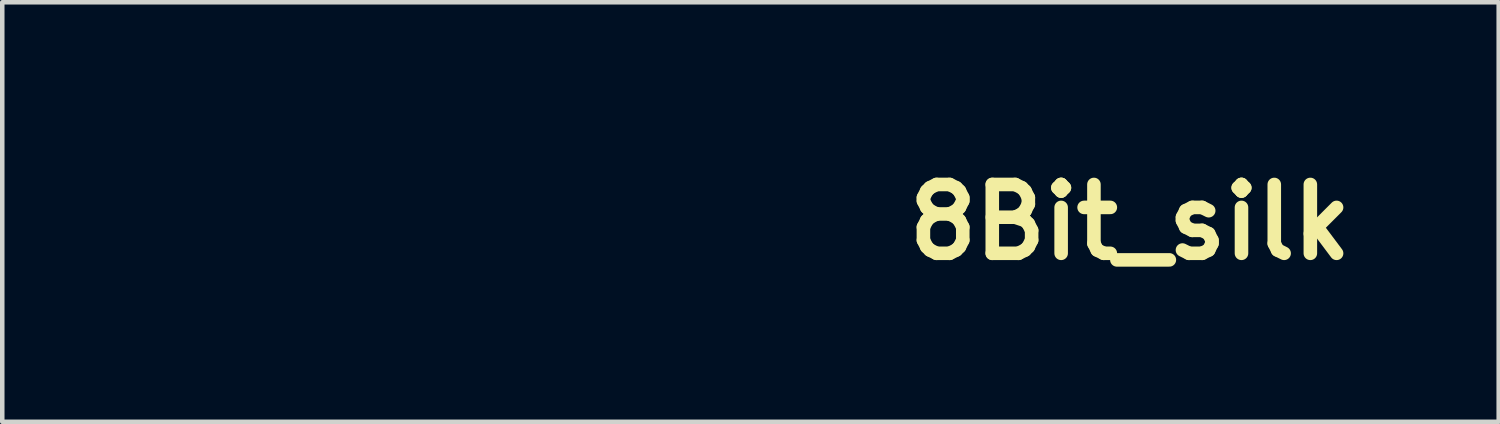
<source format=kicad_pcb>
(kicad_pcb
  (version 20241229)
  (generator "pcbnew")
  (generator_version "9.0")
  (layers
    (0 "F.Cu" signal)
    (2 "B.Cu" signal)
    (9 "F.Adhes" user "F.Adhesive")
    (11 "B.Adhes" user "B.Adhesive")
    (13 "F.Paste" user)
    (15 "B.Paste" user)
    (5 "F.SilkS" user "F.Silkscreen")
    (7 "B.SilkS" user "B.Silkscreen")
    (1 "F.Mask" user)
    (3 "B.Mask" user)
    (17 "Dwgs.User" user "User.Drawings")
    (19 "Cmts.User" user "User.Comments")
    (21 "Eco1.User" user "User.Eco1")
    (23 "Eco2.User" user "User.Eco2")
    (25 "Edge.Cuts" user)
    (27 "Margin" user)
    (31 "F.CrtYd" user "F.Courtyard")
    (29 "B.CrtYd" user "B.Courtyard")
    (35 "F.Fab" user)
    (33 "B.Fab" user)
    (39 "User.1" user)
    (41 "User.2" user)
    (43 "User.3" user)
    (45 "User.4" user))
  (footprint "8Bit_silk"
    (layer "F.Cu")
    (at 21.959 1.867)
    (property "Reference" "8Bit_silk" (at 0 0 0) (layer "F.SilkS") (effects (font (size 1.524 1.524) (thickness 0.3))))
    (attr through_hole)
    (fp_poly (pts (xy -20.304 -1.846) (xy -20.095 -1.776) (xy -19.883 -1.62) (xy -19.827 -1.57) (xy -19.514 -1.194) (xy -19.35 -0.786) (xy -19.331 -0.374) (xy -19.454 0.013) (xy -19.714 0.349) (xy -20.102 0.601) (xy -20.546 0.739) (xy -20.955 0.723) (xy -21.234 0.621) (xy -21.595 0.356) (xy -21.842 -0.005) (xy -21.954 -0.425) (xy -21.948 -0.519) (xy -21.841 -0.519) (xy -21.78 -0.148) (xy -21.591 0.191) (xy -21.358 0.407) (xy -21.004 0.604) (xy -20.67 0.655) (xy -20.302 0.566) (xy -20.186 0.517) (xy -19.788 0.261) (xy -19.535 -0.064) (xy -19.428 -0.435) (xy -19.471 -0.827) (xy -19.667 -1.217) (xy -19.938 -1.512) (xy -20.191 -1.695) (xy -20.441 -1.77) (xy -20.598 -1.778) (xy -21.018 -1.707) (xy -21.362 -1.515) (xy -21.622 -1.233) (xy -21.785 -0.89) (xy -21.841 -0.519) (xy -21.948 -0.519) (xy -21.929 -0.802) (xy -21.753 -1.26) (xy -21.464 -1.594) (xy -21.069 -1.796) (xy -20.595 -1.862) (xy -20.304 -1.846)) (stroke (width 0.01) (type solid)) (fill no) (layer "Eco1.User")))
  (gr_rect
    (start -3 -3)
    (end 30.119 6.285)
    (stroke (width 0.1) (type default))
    (fill no)
    (layer "Edge.Cuts")))
</source>
